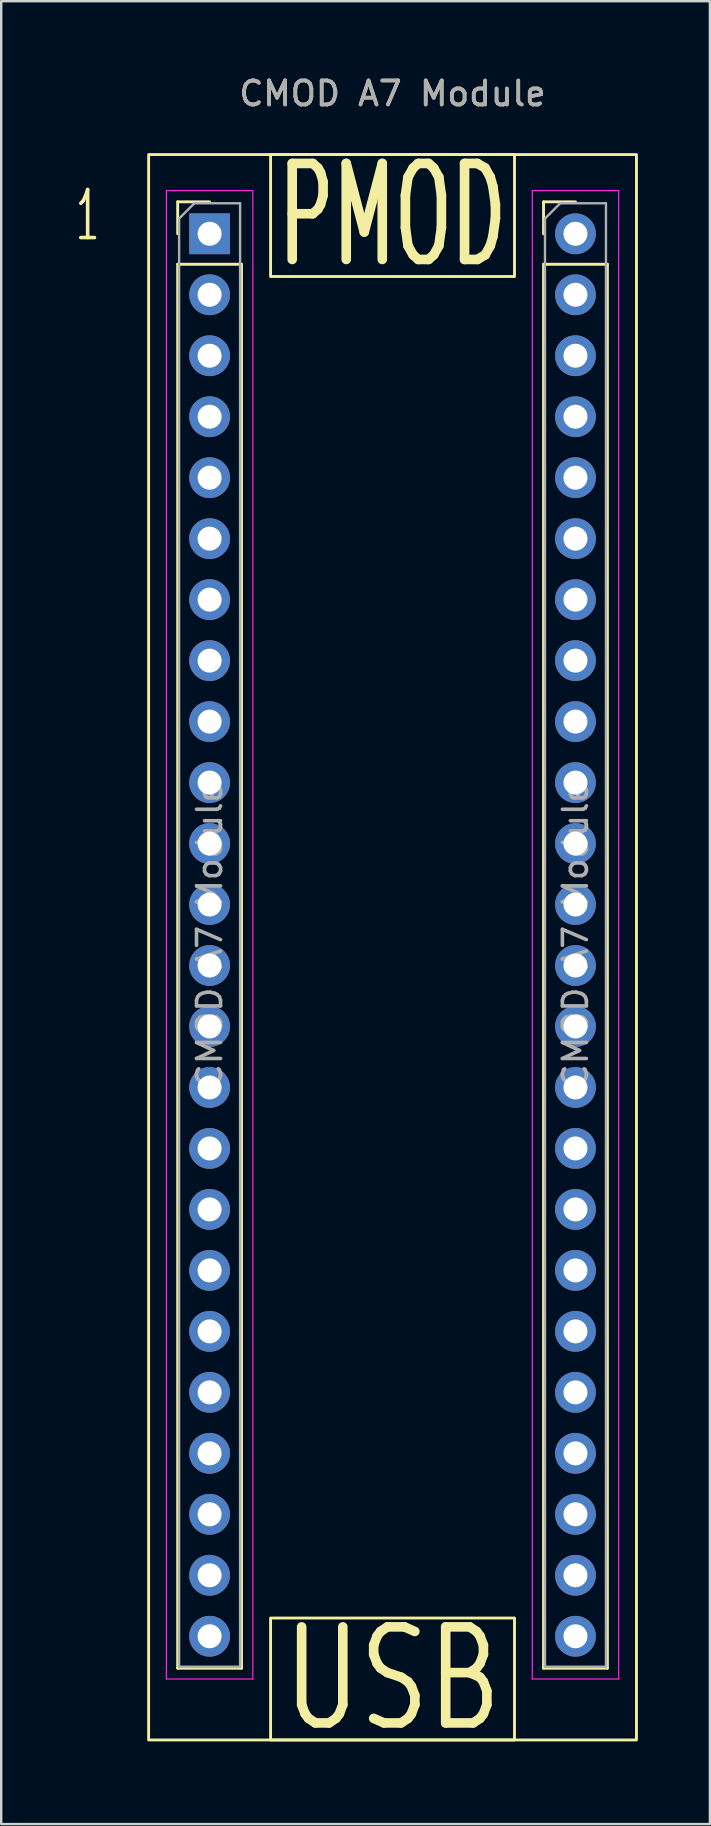
<source format=kicad_pcb>
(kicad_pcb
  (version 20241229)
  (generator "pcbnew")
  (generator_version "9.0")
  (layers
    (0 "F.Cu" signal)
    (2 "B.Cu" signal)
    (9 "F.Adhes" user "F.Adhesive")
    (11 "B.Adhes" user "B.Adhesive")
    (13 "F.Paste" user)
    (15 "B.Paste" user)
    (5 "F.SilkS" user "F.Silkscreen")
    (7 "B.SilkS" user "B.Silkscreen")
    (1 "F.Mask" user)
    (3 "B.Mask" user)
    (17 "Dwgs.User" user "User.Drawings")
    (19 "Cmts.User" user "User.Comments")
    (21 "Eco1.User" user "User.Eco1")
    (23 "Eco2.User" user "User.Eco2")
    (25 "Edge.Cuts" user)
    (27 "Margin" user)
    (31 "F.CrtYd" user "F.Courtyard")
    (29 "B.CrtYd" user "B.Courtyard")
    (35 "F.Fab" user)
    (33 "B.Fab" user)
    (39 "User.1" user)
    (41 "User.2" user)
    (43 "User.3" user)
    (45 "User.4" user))
  (footprint "CMOD A7 Module"
    (layer "F.Cu")
    (at 5.681 5.928)
    (property "Reference" "CMOD A7 Module" (at 7.62 -5.08 0) (unlocked yes) (layer "F.SilkS") (effects (font (size 1 1) (thickness 0.15))))
    (attr through_hole)
    (fp_line (start -1.33 -0.57) (end 0 -0.57) (stroke (width 0.12) (type solid)) (layer "F.SilkS"))
    (fp_line (start -1.33 0.76) (end -1.33 -0.57) (stroke (width 0.12) (type solid)) (layer "F.SilkS"))
    (fp_line (start -1.33 2.03) (end -1.33 60.51) (stroke (width 0.12) (type solid)) (layer "F.SilkS"))
    (fp_line (start -1.33 2.03) (end 1.33 2.03) (stroke (width 0.12) (type solid)) (layer "F.SilkS"))
    (fp_line (start -1.33 60.51) (end 1.33 60.51) (stroke (width 0.12) (type solid)) (layer "F.SilkS"))
    (fp_line (start 1.33 2.03) (end 1.33 60.51) (stroke (width 0.12) (type solid)) (layer "F.SilkS"))
    (fp_line (start 13.91 -0.57) (end 15.24 -0.57) (stroke (width 0.12) (type solid)) (layer "F.SilkS"))
    (fp_line (start 13.91 0.76) (end 13.91 -0.57) (stroke (width 0.12) (type solid)) (layer "F.SilkS"))
    (fp_line (start 13.91 2.03) (end 13.91 60.51) (stroke (width 0.12) (type solid)) (layer "F.SilkS"))
    (fp_line (start 13.91 2.03) (end 16.57 2.03) (stroke (width 0.12) (type solid)) (layer "F.SilkS"))
    (fp_line (start 13.91 60.51) (end 16.57 60.51) (stroke (width 0.12) (type solid)) (layer "F.SilkS"))
    (fp_line (start 16.57 2.03) (end 16.57 60.51) (stroke (width 0.12) (type solid)) (layer "F.SilkS"))
    (fp_rect (start -2.54 -2.54) (end 17.78 63.5) (stroke (width 0.12) (type solid)) (fill no) (layer "F.SilkS"))
    (fp_rect (start 2.54 -2.54) (end 12.7 2.54) (stroke (width 0.12) (type solid)) (fill no) (layer "F.SilkS"))
    (fp_rect (start 2.54 58.42) (end 12.7 63.5) (stroke (width 0.12) (type solid)) (fill no) (layer "F.SilkS"))
    (fp_line (start -1.8 -1.04) (end -1.8 60.96) (stroke (width 0.05) (type solid)) (layer "F.CrtYd"))
    (fp_line (start -1.8 60.96) (end 1.8 60.96) (stroke (width 0.05) (type solid)) (layer "F.CrtYd"))
    (fp_line (start 1.8 -1.04) (end -1.8 -1.04) (stroke (width 0.05) (type solid)) (layer "F.CrtYd"))
    (fp_line (start 1.8 60.96) (end 1.8 -1.04) (stroke (width 0.05) (type solid)) (layer "F.CrtYd"))
    (fp_line (start 13.44 -1.04) (end 13.44 60.96) (stroke (width 0.05) (type solid)) (layer "F.CrtYd"))
    (fp_line (start 13.44 60.96) (end 17.04 60.96) (stroke (width 0.05) (type solid)) (layer "F.CrtYd"))
    (fp_line (start 17.04 -1.04) (end 13.44 -1.04) (stroke (width 0.05) (type solid)) (layer "F.CrtYd"))
    (fp_line (start 17.04 60.96) (end 17.04 -1.04) (stroke (width 0.05) (type solid)) (layer "F.CrtYd"))
    (fp_line (start -1.27 0.125) (end -0.635 -0.51) (stroke (width 0.1) (type solid)) (layer "F.Fab"))
    (fp_line (start -1.27 60.45) (end -1.27 0.125) (stroke (width 0.1) (type solid)) (layer "F.Fab"))
    (fp_line (start -0.635 -0.51) (end 1.27 -0.51) (stroke (width 0.1) (type solid)) (layer "F.Fab"))
    (fp_line (start 1.27 -0.51) (end 1.27 60.45) (stroke (width 0.1) (type solid)) (layer "F.Fab"))
    (fp_line (start 1.27 60.45) (end -1.27 60.45) (stroke (width 0.1) (type solid)) (layer "F.Fab"))
    (fp_line (start 13.97 0.125) (end 14.605 -0.51) (stroke (width 0.1) (type solid)) (layer "F.Fab"))
    (fp_line (start 13.97 60.45) (end 13.97 0.125) (stroke (width 0.1) (type solid)) (layer "F.Fab"))
    (fp_line (start 14.605 -0.51) (end 16.51 -0.51) (stroke (width 0.1) (type solid)) (layer "F.Fab"))
    (fp_line (start 16.51 -0.51) (end 16.51 60.45) (stroke (width 0.1) (type solid)) (layer "F.Fab"))
    (fp_line (start 16.51 60.45) (end 13.97 60.45) (stroke (width 0.1) (type solid)) (layer "F.Fab"))
    (fp_text user "USB" (at 7.62 60.96 0) (unlocked yes) (layer "F.SilkS") (effects (font (size 4 3) (thickness 0.4))))
    (fp_text user "PMOD" (at 7.62 0 0) (unlocked yes) (layer "F.SilkS") (effects (font (size 4 2.25) (thickness 0.4))))
    (fp_text user "1" (at -5.08 0 0) (unlocked yes) (layer "F.SilkS") (effects (font (size 2 1) (thickness 0.15))))
    (fp_text user "${REFERENCE}" (at 7.62 -5.08 0) (unlocked yes) (layer "F.Fab") (effects (font (size 1 1) (thickness 0.15))))
    (fp_text user "${REFERENCE}" (at 0 29.97 90) (layer "F.Fab") (effects (font (size 1 1) (thickness 0.15))))
    (fp_text user "${REFERENCE}" (at 15.24 29.97 90) (layer "F.Fab") (effects (font (size 1 1) (thickness 0.15))))
    (pad "1" thru_hole rect (at 0 0.76) (size 1.7 1.7) (drill 1) (layers "*.Cu" "*.Mask"))
    (pad "2" thru_hole oval (at 0 3.3) (size 1.7 1.7) (drill 1) (layers "*.Cu" "*.Mask"))
    (pad "3" thru_hole oval (at 0 5.84) (size 1.7 1.7) (drill 1) (layers "*.Cu" "*.Mask"))
    (pad "4" thru_hole oval (at 0 8.38) (size 1.7 1.7) (drill 1) (layers "*.Cu" "*.Mask"))
    (pad "5" thru_hole oval (at 0 10.92) (size 1.7 1.7) (drill 1) (layers "*.Cu" "*.Mask"))
    (pad "6" thru_hole oval (at 0 13.46) (size 1.7 1.7) (drill 1) (layers "*.Cu" "*.Mask"))
    (pad "7" thru_hole oval (at 0 16) (size 1.7 1.7) (drill 1) (layers "*.Cu" "*.Mask"))
    (pad "8" thru_hole oval (at 0 18.54) (size 1.7 1.7) (drill 1) (layers "*.Cu" "*.Mask"))
    (pad "9" thru_hole oval (at 0 21.08) (size 1.7 1.7) (drill 1) (layers "*.Cu" "*.Mask"))
    (pad "10" thru_hole oval (at 0 23.62) (size 1.7 1.7) (drill 1) (layers "*.Cu" "*.Mask"))
    (pad "11" thru_hole oval (at 0 26.16) (size 1.7 1.7) (drill 1) (layers "*.Cu" "*.Mask"))
    (pad "12" thru_hole oval (at 0 28.7) (size 1.7 1.7) (drill 1) (layers "*.Cu" "*.Mask"))
    (pad "13" thru_hole oval (at 0 31.24) (size 1.7 1.7) (drill 1) (layers "*.Cu" "*.Mask"))
    (pad "14" thru_hole oval (at 0 33.78) (size 1.7 1.7) (drill 1) (layers "*.Cu" "*.Mask"))
    (pad "15" thru_hole oval (at 0 36.32) (size 1.7 1.7) (drill 1) (layers "*.Cu" "*.Mask"))
    (pad "16" thru_hole oval (at 0 38.86) (size 1.7 1.7) (drill 1) (layers "*.Cu" "*.Mask"))
    (pad "17" thru_hole oval (at 0 41.4) (size 1.7 1.7) (drill 1) (layers "*.Cu" "*.Mask"))
    (pad "18" thru_hole oval (at 0 43.94) (size 1.7 1.7) (drill 1) (layers "*.Cu" "*.Mask"))
    (pad "19" thru_hole oval (at 0 46.48) (size 1.7 1.7) (drill 1) (layers "*.Cu" "*.Mask"))
    (pad "20" thru_hole oval (at 0 49.02) (size 1.7 1.7) (drill 1) (layers "*.Cu" "*.Mask"))
    (pad "21" thru_hole oval (at 0 51.56) (size 1.7 1.7) (drill 1) (layers "*.Cu" "*.Mask"))
    (pad "22" thru_hole oval (at 0 54.1) (size 1.7 1.7) (drill 1) (layers "*.Cu" "*.Mask"))
    (pad "23" thru_hole oval (at 0 56.64) (size 1.7 1.7) (drill 1) (layers "*.Cu" "*.Mask"))
    (pad "24" thru_hole oval (at 0 59.18) (size 1.7 1.7) (drill 1) (layers "*.Cu" "*.Mask"))
    (pad "25" thru_hole oval (at 15.24 59.18) (size 1.7 1.7) (drill 1) (layers "*.Cu" "*.Mask"))
    (pad "26" thru_hole oval (at 15.24 56.64) (size 1.7 1.7) (drill 1) (layers "*.Cu" "*.Mask"))
    (pad "27" thru_hole oval (at 15.24 54.1) (size 1.7 1.7) (drill 1) (layers "*.Cu" "*.Mask"))
    (pad "28" thru_hole oval (at 15.24 51.56) (size 1.7 1.7) (drill 1) (layers "*.Cu" "*.Mask"))
    (pad "29" thru_hole oval (at 15.24 49.02) (size 1.7 1.7) (drill 1) (layers "*.Cu" "*.Mask"))
    (pad "30" thru_hole oval (at 15.24 46.48) (size 1.7 1.7) (drill 1) (layers "*.Cu" "*.Mask"))
    (pad "31" thru_hole oval (at 15.24 43.94) (size 1.7 1.7) (drill 1) (layers "*.Cu" "*.Mask"))
    (pad "32" thru_hole oval (at 15.24 41.4) (size 1.7 1.7) (drill 1) (layers "*.Cu" "*.Mask"))
    (pad "33" thru_hole oval (at 15.24 38.86) (size 1.7 1.7) (drill 1) (layers "*.Cu" "*.Mask"))
    (pad "34" thru_hole oval (at 15.24 36.32) (size 1.7 1.7) (drill 1) (layers "*.Cu" "*.Mask"))
    (pad "35" thru_hole oval (at 15.24 33.78) (size 1.7 1.7) (drill 1) (layers "*.Cu" "*.Mask"))
    (pad "36" thru_hole oval (at 15.24 31.24) (size 1.7 1.7) (drill 1) (layers "*.Cu" "*.Mask"))
    (pad "37" thru_hole oval (at 15.24 28.7) (size 1.7 1.7) (drill 1) (layers "*.Cu" "*.Mask"))
    (pad "38" thru_hole oval (at 15.24 26.16) (size 1.7 1.7) (drill 1) (layers "*.Cu" "*.Mask"))
    (pad "39" thru_hole oval (at 15.24 23.62) (size 1.7 1.7) (drill 1) (layers "*.Cu" "*.Mask"))
    (pad "40" thru_hole oval (at 15.24 21.08) (size 1.7 1.7) (drill 1) (layers "*.Cu" "*.Mask"))
    (pad "41" thru_hole oval (at 15.24 18.54) (size 1.7 1.7) (drill 1) (layers "*.Cu" "*.Mask"))
    (pad "42" thru_hole oval (at 15.24 16) (size 1.7 1.7) (drill 1) (layers "*.Cu" "*.Mask"))
    (pad "43" thru_hole oval (at 15.24 13.46) (size 1.7 1.7) (drill 1) (layers "*.Cu" "*.Mask"))
    (pad "44" thru_hole oval (at 15.24 10.92) (size 1.7 1.7) (drill 1) (layers "*.Cu" "*.Mask"))
    (pad "45" thru_hole oval (at 15.24 8.38) (size 1.7 1.7) (drill 1) (layers "*.Cu" "*.Mask"))
    (pad "46" thru_hole oval (at 15.24 5.84) (size 1.7 1.7) (drill 1) (layers "*.Cu" "*.Mask"))
    (pad "47" thru_hole oval (at 15.24 3.3) (size 1.7 1.7) (drill 1) (layers "*.Cu" "*.Mask"))
    (pad "48" thru_hole circle (at 15.24 0.76) (size 1.7 1.7) (drill 1) (layers "*.Cu" "*.Mask")))
  (gr_rect
    (start -3 -3)
    (end 26.521 72.93)
    (stroke (width 0.1) (type default))
    (fill no)
    (layer "Edge.Cuts")))
</source>
